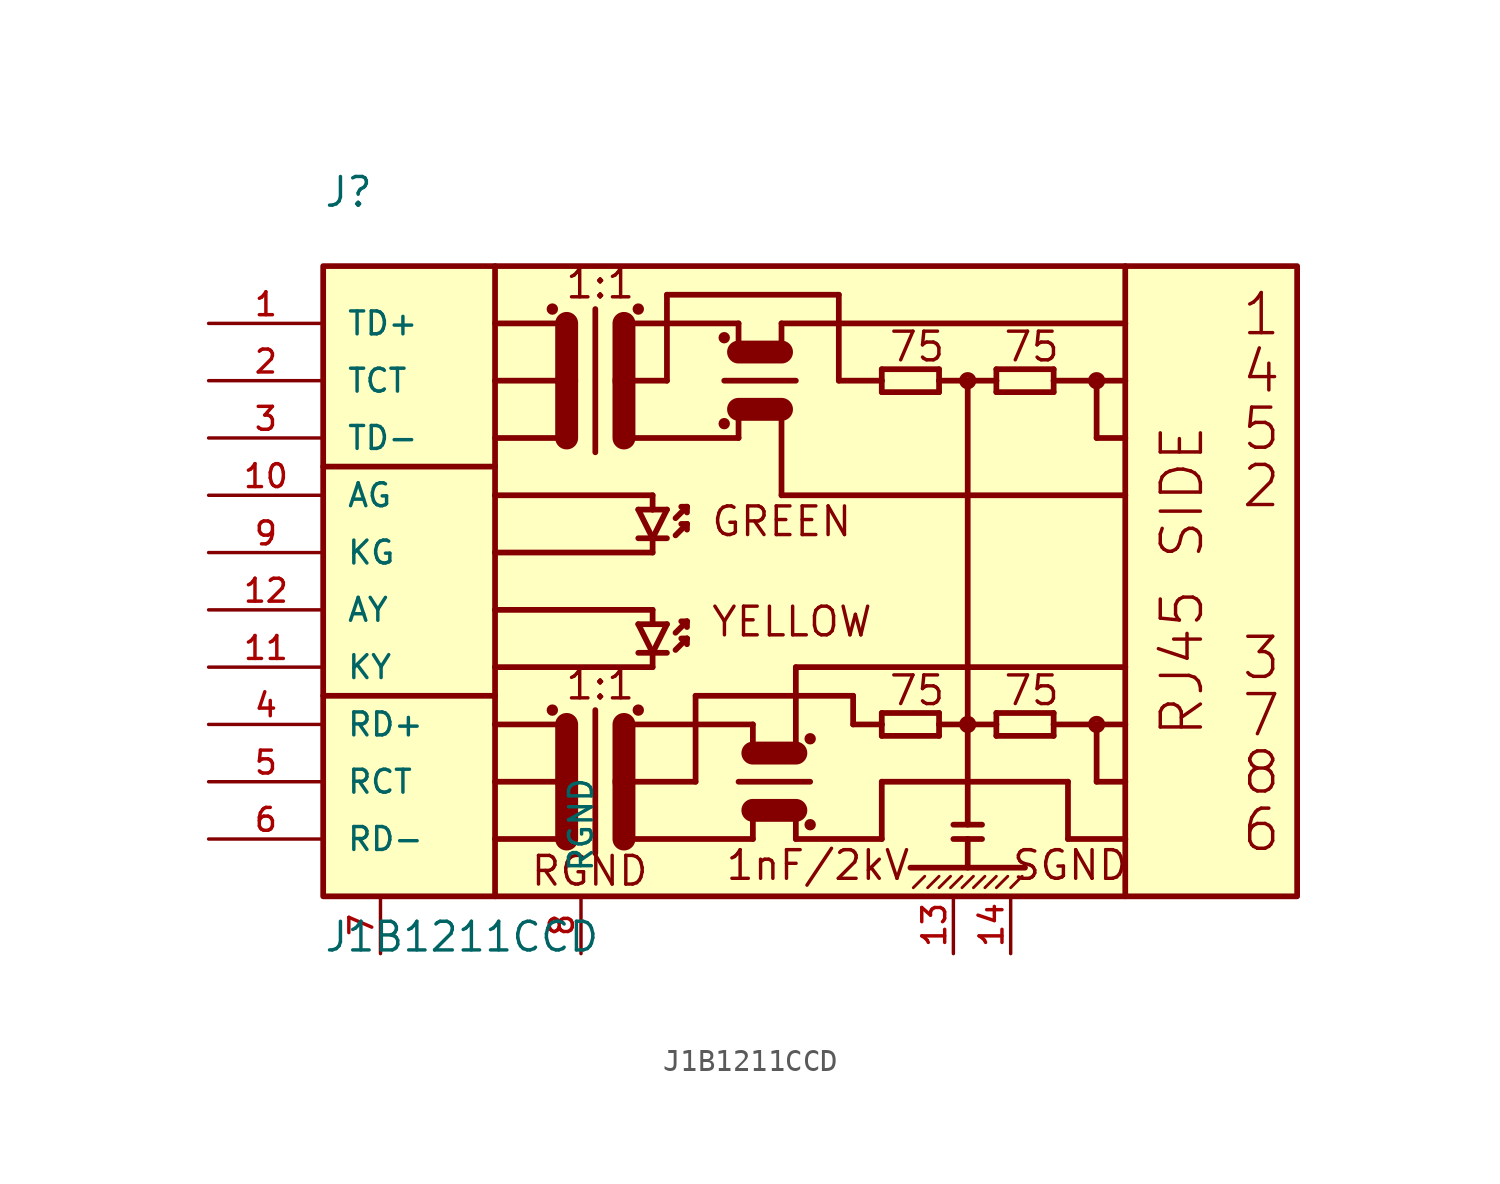
<source format=kicad_sym>
(kicad_symbol_lib
  (version 20211014)
  (generator kicad_symbol_editor)
  (symbol "J1B1211CCD"
    (pin_names
      (offset 1.016))
    (property "Reference" "J"
      (at -22.86 17.78 0)
      (effects (font (size 1.27 1.27)) (justify bottom left)))
    (property "Value" "J1B1211CCD"
      (at -22.86 -15.24 0)
      (effects (font (size 1.27 1.27)) (justify bottom left)))
    (symbol "J1B1211CCD_0_0"
      (circle (center -12.7 13.335) (radius 0.127) (stroke (width 0.254)) (fill (type none)))
      (circle (center -8.89 13.335) (radius 0.127) (stroke (width 0.254)) (fill (type none)))
      (circle (center -5.08 12.065) (radius 0.127) (stroke (width 0.254)) (fill (type none)))
      (circle (center -5.08 8.255) (radius 0.127) (stroke (width 0.254)) (fill (type none)))
      (circle (center 11.43 -5.08) (radius 0.254) (stroke (width 0.254)) (fill (type none)))
      (circle (center -12.7 -4.445) (radius 0.127) (stroke (width 0.254)) (fill (type none)))
      (circle (center -8.89 -4.445) (radius 0.127) (stroke (width 0.254)) (fill (type none)))
      (circle (center -1.27 -5.715) (radius 0.127) (stroke (width 0.254)) (fill (type none)))
      (circle (center -1.27 -9.525) (radius 0.127) (stroke (width 0.254)) (fill (type none)))
      (circle (center 11.43 10.16) (radius 0.254) (stroke (width 0.254)) (fill (type none)))
      (circle (center 5.715 10.16) (radius 0.254) (stroke (width 0.254)) (fill (type none)))
      (circle (center 5.715 -5.08) (radius 0.254) (stroke (width 0.254)) (fill (type none)))
      (polyline (pts (xy -12.065 12.7) (xy -12.065 10.16)) (stroke (width 1.016)))
      (polyline (pts (xy -12.065 10.16) (xy -12.065 7.62)) (stroke (width 1.016)))
      (polyline (pts (xy -12.065 12.7) (xy -15.24 12.7)) (stroke (width 0.254)))
      (polyline (pts (xy -12.065 7.62) (xy -15.24 7.62)) (stroke (width 0.254)))
      (polyline (pts (xy -9.525 12.7) (xy -9.525 10.16)) (stroke (width 1.016)))
      (polyline (pts (xy -9.525 10.16) (xy -9.525 7.62)) (stroke (width 1.016)))
      (polyline (pts (xy -4.445 11.43) (xy -2.54 11.43)) (stroke (width 1.016)))
      (polyline (pts (xy -4.445 8.89) (xy -2.54 8.89)) (stroke (width 1.016)))
      (polyline (pts (xy -5.08 10.16) (xy -1.905 10.16)) (stroke (width 0.254)))
      (polyline (pts (xy -10.795 13.335) (xy -10.795 6.985)) (stroke (width 0.254)))
      (polyline (pts (xy -9.525 10.16) (xy -7.62 10.16)) (stroke (width 0.254)))
      (polyline (pts (xy -4.445 8.89) (xy -4.445 7.62)) (stroke (width 0.254)))
      (polyline (pts (xy -9.525 12.7) (xy -4.445 12.7)) (stroke (width 0.254)))
      (polyline (pts (xy -4.445 11.43) (xy -4.445 12.7)) (stroke (width 0.254)))
      (polyline (pts (xy -4.445 7.62) (xy -9.525 7.62)) (stroke (width 0.254)))
      (polyline (pts (xy -7.62 10.16) (xy -7.62 13.97)) (stroke (width 0.254)))
      (polyline (pts (xy -7.62 13.97) (xy 0.0 13.97)) (stroke (width 0.254)))
      (polyline (pts (xy 1.905 10.668) (xy 1.905 10.16)) (stroke (width 0.254)))
      (polyline (pts (xy 1.905 10.16) (xy 1.905 9.652)) (stroke (width 0.254)))
      (polyline (pts (xy 1.905 9.652) (xy 4.445 9.652)) (stroke (width 0.254)))
      (polyline (pts (xy 4.445 9.652) (xy 4.445 10.16)) (stroke (width 0.254)))
      (polyline (pts (xy 4.445 10.16) (xy 4.445 10.668)) (stroke (width 0.254)))
      (polyline (pts (xy 4.445 10.668) (xy 1.905 10.668)) (stroke (width 0.254)))
      (polyline (pts (xy 0.0 13.97) (xy 0.0 10.16)) (stroke (width 0.254)))
      (polyline (pts (xy 0.0 10.16) (xy 1.905 10.16)) (stroke (width 0.254)))
      (polyline (pts (xy 6.985 10.668) (xy 6.985 10.16)) (stroke (width 0.254)))
      (polyline (pts (xy 6.985 10.16) (xy 6.985 9.652)) (stroke (width 0.254)))
      (polyline (pts (xy 6.985 9.652) (xy 9.525 9.652)) (stroke (width 0.254)))
      (polyline (pts (xy 9.525 9.652) (xy 9.525 10.16)) (stroke (width 0.254)))
      (polyline (pts (xy 9.525 10.16) (xy 9.525 10.668)) (stroke (width 0.254)))
      (polyline (pts (xy 9.525 10.668) (xy 6.985 10.668)) (stroke (width 0.254)))
      (polyline (pts (xy 4.445 10.16) (xy 5.715 10.16)) (stroke (width 0.254)))
      (polyline (pts (xy 5.715 10.16) (xy 6.985 10.16)) (stroke (width 0.254)))
      (polyline (pts (xy -2.54 11.43) (xy -2.54 12.7)) (stroke (width 0.254)))
      (polyline (pts (xy -2.54 12.7) (xy 12.7 12.7)) (stroke (width 0.254)))
      (polyline (pts (xy -2.54 8.89) (xy -2.54 5.08)) (stroke (width 0.254)))
      (polyline (pts (xy 9.525 10.16) (xy 11.43 10.16)) (stroke (width 0.254)))
      (polyline (pts (xy 11.43 10.16) (xy 12.7 10.16)) (stroke (width 0.254)))
      (polyline (pts (xy -15.24 15.24) (xy -15.24 10.16)) (stroke (width 0.254)))
      (polyline (pts (xy -15.24 10.16) (xy -15.24 6.35)) (stroke (width 0.254)))
      (polyline (pts (xy -15.24 6.35) (xy -15.24 5.08)) (stroke (width 0.254)))
      (polyline (pts (xy -15.24 5.08) (xy -15.24 2.54)) (stroke (width 0.254)))
      (polyline (pts (xy -15.24 2.54) (xy -15.24 0.0)) (stroke (width 0.254)))
      (polyline (pts (xy -15.24 0.0) (xy -15.24 -2.54)) (stroke (width 0.254)))
      (polyline (pts (xy -15.24 -2.54) (xy -15.24 -3.81)) (stroke (width 0.254)))
      (polyline (pts (xy -15.24 -3.81) (xy -15.24 -5.08)) (stroke (width 0.254)))
      (polyline (pts (xy -15.24 -5.08) (xy -15.24 -7.62)) (stroke (width 0.254)))
      (polyline (pts (xy -15.24 -7.62) (xy -15.24 -10.16)) (stroke (width 0.254)))
      (polyline (pts (xy -15.24 -10.16) (xy -15.24 -12.7)) (stroke (width 0.254)))
      (polyline (pts (xy 12.7 15.24) (xy 12.7 12.7)) (stroke (width 0.254)))
      (polyline (pts (xy 12.7 12.7) (xy 12.7 10.16)) (stroke (width 0.254)))
      (polyline (pts (xy 12.7 10.16) (xy 12.7 7.62)) (stroke (width 0.254)))
      (polyline (pts (xy 12.7 7.62) (xy 12.7 5.08)) (stroke (width 0.254)))
      (polyline (pts (xy 12.7 5.08) (xy 12.7 -2.54)) (stroke (width 0.254)))
      (polyline (pts (xy 12.7 -2.54) (xy 12.7 -5.08)) (stroke (width 0.254)))
      (polyline (pts (xy 12.7 -5.08) (xy 12.7 -7.62)) (stroke (width 0.254)))
      (polyline (pts (xy 12.7 -7.62) (xy 12.7 -10.16)) (stroke (width 0.254)))
      (polyline (pts (xy 12.7 -10.16) (xy 12.7 -12.7)) (stroke (width 0.254)))
      (polyline (pts (xy 11.43 10.16) (xy 11.43 7.62)) (stroke (width 0.254)))
      (polyline (pts (xy 11.43 7.62) (xy 12.7 7.62)) (stroke (width 0.254)))
      (polyline (pts (xy -2.54 5.08) (xy 12.7 5.08)) (stroke (width 0.254)))
      (polyline (pts (xy 1.905 -4.572) (xy 1.905 -5.08)) (stroke (width 0.254)))
      (polyline (pts (xy 1.905 -5.08) (xy 1.905 -5.588)) (stroke (width 0.254)))
      (polyline (pts (xy 1.905 -5.588) (xy 4.445 -5.588)) (stroke (width 0.254)))
      (polyline (pts (xy 4.445 -5.588) (xy 4.445 -5.08)) (stroke (width 0.254)))
      (polyline (pts (xy 4.445 -5.08) (xy 4.445 -4.572)) (stroke (width 0.254)))
      (polyline (pts (xy 4.445 -4.572) (xy 1.905 -4.572)) (stroke (width 0.254)))
      (polyline (pts (xy 6.985 -4.572) (xy 6.985 -5.08)) (stroke (width 0.254)))
      (polyline (pts (xy 6.985 -5.08) (xy 6.985 -5.588)) (stroke (width 0.254)))
      (polyline (pts (xy 6.985 -5.588) (xy 9.525 -5.588)) (stroke (width 0.254)))
      (polyline (pts (xy 9.525 -5.588) (xy 9.525 -5.08)) (stroke (width 0.254)))
      (polyline (pts (xy 9.525 -5.08) (xy 9.525 -4.572)) (stroke (width 0.254)))
      (polyline (pts (xy 9.525 -4.572) (xy 6.985 -4.572)) (stroke (width 0.254)))
      (polyline (pts (xy 4.445 -5.08) (xy 5.715 -5.08)) (stroke (width 0.254)))
      (polyline (pts (xy 5.715 -5.08) (xy 6.985 -5.08)) (stroke (width 0.254)))
      (polyline (pts (xy 9.525 -5.08) (xy 11.43 -5.08)) (stroke (width 0.254)))
      (polyline (pts (xy 11.43 -5.08) (xy 12.7 -5.08)) (stroke (width 0.254)))
      (polyline (pts (xy 11.43 -5.08) (xy 11.43 -7.62)) (stroke (width 0.254)))
      (polyline (pts (xy 11.43 -7.62) (xy 12.7 -7.62)) (stroke (width 0.254)))
      (polyline (pts (xy -12.065 -5.08) (xy -12.065 -7.62)) (stroke (width 1.016)))
      (polyline (pts (xy -12.065 -7.62) (xy -12.065 -10.16)) (stroke (width 1.016)))
      (polyline (pts (xy -9.525 -5.08) (xy -9.525 -7.62)) (stroke (width 1.016)))
      (polyline (pts (xy -9.525 -7.62) (xy -9.525 -10.16)) (stroke (width 1.016)))
      (polyline (pts (xy -10.795 -4.445) (xy -10.795 -10.795)) (stroke (width 0.254)))
      (polyline (pts (xy -9.525 -7.62) (xy -6.35 -7.62)) (stroke (width 0.254)))
      (polyline (pts (xy 0.635 -5.08) (xy 1.905 -5.08)) (stroke (width 0.254)))
      (polyline (pts (xy 10.16 -7.62) (xy 1.905 -7.62)) (stroke (width 0.254)))
      (polyline (pts (xy 1.905 -7.62) (xy 1.905 -10.16)) (stroke (width 0.254)))
      (polyline (pts (xy -3.81 -10.16) (xy -9.525 -10.16)) (stroke (width 0.254)))
      (polyline (pts (xy -9.525 -5.08) (xy -3.81 -5.08)) (stroke (width 0.254)))
      (polyline (pts (xy 12.7 -10.16) (xy 10.16 -10.16)) (stroke (width 0.254)))
      (polyline (pts (xy 10.16 -10.16) (xy 10.16 -7.62)) (stroke (width 0.254)))
      (polyline (pts (xy -3.81 -6.35) (xy -1.905 -6.35)) (stroke (width 1.016)))
      (polyline (pts (xy -3.81 -8.89) (xy -1.905 -8.89)) (stroke (width 1.016)))
      (polyline (pts (xy -4.445 -7.62) (xy -1.27 -7.62)) (stroke (width 0.254)))
      (polyline (pts (xy -3.81 -6.35) (xy -3.81 -5.08)) (stroke (width 0.254)))
      (polyline (pts (xy -1.905 -8.89) (xy -1.905 -10.16)) (stroke (width 0.254)))
      (polyline (pts (xy -1.905 -6.35) (xy -1.905 -2.54)) (stroke (width 0.254)))
      (polyline (pts (xy -1.905 -2.54) (xy 12.7 -2.54)) (stroke (width 0.254)))
      (polyline (pts (xy 1.905 -10.16) (xy -1.905 -10.16)) (stroke (width 0.254)))
      (polyline (pts (xy -15.24 -10.16) (xy -12.065 -10.16)) (stroke (width 0.254)))
      (polyline (pts (xy -3.81 -10.16) (xy -3.81 -8.89)) (stroke (width 0.254)))
      (polyline (pts (xy -12.065 -5.08) (xy -15.24 -5.08)) (stroke (width 0.254)))
      (polyline (pts (xy 5.715 10.16) (xy 5.715 -5.08)) (stroke (width 0.254)))
      (polyline (pts (xy 5.715 -5.08) (xy 5.715 -9.525)) (stroke (width 0.254)))
      (polyline (pts (xy 5.08 -9.525) (xy 6.35 -9.525)) (stroke (width 0.254)))
      (polyline (pts (xy 5.08 -10.16) (xy 5.715 -10.16)) (stroke (width 0.254)))
      (polyline (pts (xy 5.715 -10.16) (xy 6.35 -10.16)) (stroke (width 0.254)))
      (polyline (pts (xy 5.715 -10.16) (xy 5.715 -11.43)) (stroke (width 0.254)))
      (polyline (pts (xy 3.175 -11.43) (xy 8.255 -11.43)) (stroke (width 0.254)))
      (polyline (pts (xy 3.937 -12.319) (xy 4.445 -11.811)) (stroke (width 0.127)))
      (polyline (pts (xy 4.445 -12.319) (xy 4.953 -11.811)) (stroke (width 0.127)))
      (polyline (pts (xy 4.953 -12.319) (xy 5.461 -11.811)) (stroke (width 0.127)))
      (polyline (pts (xy 5.461 -12.319) (xy 5.969 -11.811)) (stroke (width 0.127)))
      (polyline (pts (xy 5.969 -12.319) (xy 6.477 -11.811)) (stroke (width 0.127)))
      (polyline (pts (xy 6.477 -12.319) (xy 6.985 -11.811)) (stroke (width 0.127)))
      (polyline (pts (xy 6.985 -12.319) (xy 7.493 -11.811)) (stroke (width 0.127)))
      (polyline (pts (xy -8.89 4.445) (xy -8.255 4.445)) (stroke (width 0.254)))
      (polyline (pts (xy -8.255 4.445) (xy -7.62 4.445)) (stroke (width 0.254)))
      (polyline (pts (xy -7.62 4.445) (xy -8.255 3.175)) (stroke (width 0.254)))
      (polyline (pts (xy -8.255 3.175) (xy -8.89 4.445)) (stroke (width 0.254)))
      (polyline (pts (xy -8.89 3.175) (xy -8.255 3.175)) (stroke (width 0.254)))
      (polyline (pts (xy -8.255 3.175) (xy -7.62 3.175)) (stroke (width 0.254)))
      (polyline (pts (xy -8.255 4.445) (xy -8.255 5.08)) (stroke (width 0.254)))
      (polyline (pts (xy -8.255 3.175) (xy -8.255 2.54)) (stroke (width 0.254)))
      (polyline (pts (xy -8.255 2.54) (xy -15.24 2.54)) (stroke (width 0.254)))
      (polyline (pts (xy -8.255 5.08) (xy -15.24 5.08)) (stroke (width 0.254)))
      (polyline (pts (xy -7.239 4.064) (xy -6.731 4.572)) (stroke (width 0.254)))
      (polyline (pts (xy -6.731 4.572) (xy -6.731 4.318)) (stroke (width 0.254)))
      (polyline (pts (xy -6.731 4.572) (xy -6.985 4.572)) (stroke (width 0.254)))
      (polyline (pts (xy -7.239 3.302) (xy -6.731 3.81)) (stroke (width 0.254)))
      (polyline (pts (xy -6.731 3.81) (xy -6.731 3.556)) (stroke (width 0.254)))
      (polyline (pts (xy -6.731 3.81) (xy -6.985 3.81)) (stroke (width 0.254)))
      (polyline (pts (xy -8.89 -0.635) (xy -8.255 -0.635)) (stroke (width 0.254)))
      (polyline (pts (xy -8.255 -0.635) (xy -7.62 -0.635)) (stroke (width 0.254)))
      (polyline (pts (xy -7.62 -0.635) (xy -8.255 -1.905)) (stroke (width 0.254)))
      (polyline (pts (xy -8.255 -1.905) (xy -8.89 -0.635)) (stroke (width 0.254)))
      (polyline (pts (xy -8.89 -1.905) (xy -8.255 -1.905)) (stroke (width 0.254)))
      (polyline (pts (xy -8.255 -1.905) (xy -7.62 -1.905)) (stroke (width 0.254)))
      (polyline (pts (xy -8.255 -0.635) (xy -8.255 0.0)) (stroke (width 0.254)))
      (polyline (pts (xy -8.255 -1.905) (xy -8.255 -2.54)) (stroke (width 0.254)))
      (polyline (pts (xy -7.239 -1.016) (xy -6.731 -0.508)) (stroke (width 0.254)))
      (polyline (pts (xy -6.731 -0.508) (xy -6.731 -0.762)) (stroke (width 0.254)))
      (polyline (pts (xy -6.731 -0.508) (xy -6.985 -0.508)) (stroke (width 0.254)))
      (polyline (pts (xy -7.239 -1.778) (xy -6.731 -1.27)) (stroke (width 0.254)))
      (polyline (pts (xy -6.731 -1.27) (xy -6.731 -1.524)) (stroke (width 0.254)))
      (polyline (pts (xy -6.731 -1.27) (xy -6.985 -1.27)) (stroke (width 0.254)))
      (polyline (pts (xy -8.255 -2.54) (xy -15.24 -2.54)) (stroke (width 0.254)))
      (polyline (pts (xy -8.255 0.0) (xy -15.24 0.0)) (stroke (width 0.254)))
      (polyline (pts (xy -22.86 6.35) (xy -15.24 6.35)) (stroke (width 0.254)))
      (polyline (pts (xy -22.86 -3.81) (xy -15.24 -3.81)) (stroke (width 0.254)))
      (polyline (pts (xy -12.065 10.16) (xy -15.24 10.16)) (stroke (width 0.254)))
      (polyline (pts (xy -15.24 -7.62) (xy -12.065 -7.62)) (stroke (width 0.254)))
      (polyline (pts (xy -6.35 -7.62) (xy -6.35 -3.81)) (stroke (width 0.254)))
      (polyline (pts (xy -6.35 -3.81) (xy 0.635 -3.81)) (stroke (width 0.254)))
      (polyline (pts (xy 0.635 -3.81) (xy 0.635 -5.08)) (stroke (width 0.254)))
      (polyline (pts (xy 3.302 -12.319) (xy 3.81 -11.811)) (stroke (width 0.127)))
      (polyline (pts (xy 7.62 -12.319) (xy 8.128 -11.811)) (stroke (width 0.127)))
      (text "75" (at 2.159 10.922 0) (effects (font (size 1.27 1.27)) (justify bottom left)))
      (text "75" (at 7.239 10.922 0) (effects (font (size 1.27 1.27)) (justify bottom left)))
      (text "75" (at 2.159 -4.318 0) (effects (font (size 1.27 1.27)) (justify bottom left)))
      (text "75" (at 7.239 -4.318 0) (effects (font (size 1.27 1.27)) (justify bottom left)))
      (text "1nF/2kV" (at -5.08 -12.065 0) (effects (font (size 1.27 1.27)) (justify bottom left)))
      (text "RJ45 SIDE" (at 16.256 -5.715 900) (effects (font (size 1.778 1.778)) (justify bottom left)))
      (text "1:1" (at -12.192 13.716 0) (effects (font (size 1.27 1.27)) (justify bottom left)))
      (text "1:1" (at -12.192 -4.064 0) (effects (font (size 1.27 1.27)) (justify bottom left)))
      (text "1" (at 17.78 12.065 0) (effects (font (size 1.778 1.778)) (justify bottom left)))
      (text "4" (at 17.78 9.525 0) (effects (font (size 1.778 1.778)) (justify bottom left)))
      (text "5" (at 17.78 6.985 0) (effects (font (size 1.778 1.778)) (justify bottom left)))
      (text "2" (at 17.78 4.445 0) (effects (font (size 1.778 1.778)) (justify bottom left)))
      (text "3" (at 17.78 -3.175 0) (effects (font (size 1.778 1.778)) (justify bottom left)))
      (text "7" (at 17.78 -5.715 0) (effects (font (size 1.778 1.778)) (justify bottom left)))
      (text "8" (at 17.78 -8.255 0) (effects (font (size 1.778 1.778)) (justify bottom left)))
      (text "6" (at 17.78 -10.795 0) (effects (font (size 1.778 1.778)) (justify bottom left)))
      (text "GREEN" (at -5.715 3.175 0) (effects (font (size 1.27 1.27)) (justify bottom left)))
      (text "YELLOW" (at -5.715 -1.27 0) (effects (font (size 1.27 1.27)) (justify bottom left)))
      (text "SGND" (at 7.62 -12.065 0) (effects (font (size 1.27 1.27)) (justify bottom left)))
      (text "RGND" (at -13.716 -12.319 0) (effects (font (size 1.27 1.27)) (justify bottom left)))
      (rectangle (start -22.86 -12.7) (end 20.32 15.24) (stroke (width 0.254)) (fill (type background)))
      (pin passive line (at -27.94 5.08 0) (length 5.08) (name "AG" (effects (font (size 1.016 1.016)))) (number "10" (effects (font (size 1.016 1.016)))))
      (pin passive line (at -27.94 0.0 0) (length 5.08) (name "AY" (effects (font (size 1.016 1.016)))) (number "12" (effects (font (size 1.016 1.016)))))
      (pin bidirectional line (at -27.94 10.16 0) (length 5.08) (name "TCT" (effects (font (size 1.016 1.016)))) (number "2" (effects (font (size 1.016 1.016)))))
      (pin input line (at 5.08 -15.24 90.0) (length 2.54) (name "~" (effects (font (size 1.016 1.016)))) (number "13" (effects (font (size 1.016 1.016)))))
      (pin input line (at 7.62 -15.24 90.0) (length 2.54) (name "~" (effects (font (size 1.016 1.016)))) (number "14" (effects (font (size 1.016 1.016)))))
      (pin passive line (at -27.94 2.54 0) (length 5.08) (name "KG" (effects (font (size 1.016 1.016)))) (number "9" (effects (font (size 1.016 1.016)))))
      (pin passive line (at -27.94 -2.54 0) (length 5.08) (name "KY" (effects (font (size 1.016 1.016)))) (number "11" (effects (font (size 1.016 1.016)))))
      (pin bidirectional line (at -27.94 -7.62 0) (length 5.08) (name "RCT" (effects (font (size 1.016 1.016)))) (number "5" (effects (font (size 1.016 1.016)))))
      (pin bidirectional line (at -27.94 -5.08 0) (length 5.08) (name "RD+" (effects (font (size 1.016 1.016)))) (number "4" (effects (font (size 1.016 1.016)))))
      (pin bidirectional line (at -27.94 -10.16 0) (length 5.08) (name "RD-" (effects (font (size 1.016 1.016)))) (number "6" (effects (font (size 1.016 1.016)))))
      (pin bidirectional line (at -27.94 12.7 0) (length 5.08) (name "TD+" (effects (font (size 1.016 1.016)))) (number "1" (effects (font (size 1.016 1.016)))))
      (pin bidirectional line (at -27.94 7.62 0) (length 5.08) (name "TD-" (effects (font (size 1.016 1.016)))) (number "3" (effects (font (size 1.016 1.016)))))
      (pin bidirectional line (at -20.32 -15.24 90.0) (length 2.54) (name "~" (effects (font (size 1.016 1.016)))) (number "7" (effects (font (size 1.016 1.016)))))
      (pin bidirectional line (at -11.43 -15.24 90.0) (length 2.54) (name "RGND" (effects (font (size 1.016 1.016)))) (number "8" (effects (font (size 1.016 1.016))))))))
</source>
